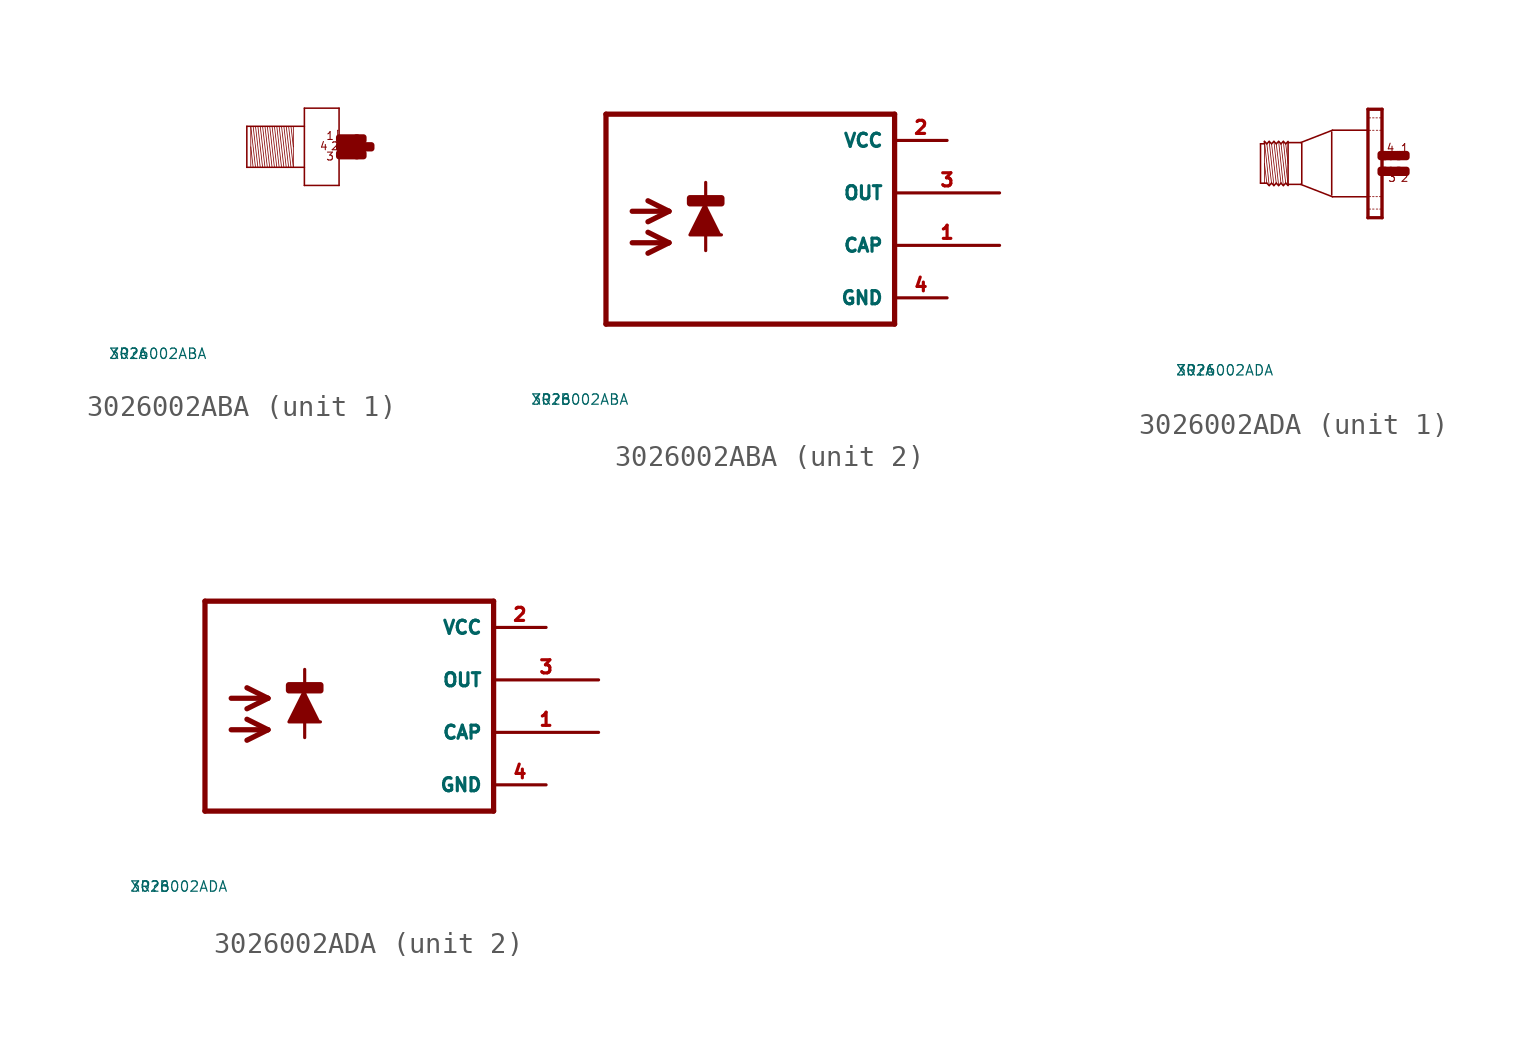
<source format=kicad_sym>
(kicad_symbol_lib
  (version 20220914)
  (generator Eagle2Kicad)
  (symbol "3026002ABA"
    (property "Reference" "XR"
      (at -10 -10 0)
      (effects (font (size 0.5 0.5) (thickness 0.06)) (justify left)))
    (property "Value" "3026002ABA"
      (at -10 -10 0)
      (effects (font (size 0.5 0.5) (thickness 0.06)) (justify left)))
    (symbol "3026002ABA_1_0"
      (polyline (pts (xy -1.067 0.953) (xy -1.067 0)) (stroke (width 0.038) (type default)) (fill (type none)))
      (polyline (pts (xy -1.067 0) (xy -1.067 -0.991)) (stroke (width 0.038) (type default)) (fill (type none)))
      (polyline (pts (xy -1.067 -0.991) (xy -1.295 0.991)) (stroke (width 0.038) (type default)) (fill (type none)))
      (polyline (pts (xy -1.181 0.991) (xy -1.067 0)) (stroke (width 0.038) (type default)) (fill (type none)))
      (polyline (pts (xy -1.181 -0.991) (xy -1.41 0.991)) (stroke (width 0.038) (type default)) (fill (type none)))
      (polyline (pts (xy -1.295 -0.991) (xy -1.524 0.991)) (stroke (width 0.038) (type default)) (fill (type none)))
      (polyline (pts (xy -1.41 -0.991) (xy -1.638 0.991)) (stroke (width 0.038) (type default)) (fill (type none)))
      (polyline (pts (xy -1.524 -0.991) (xy -1.753 0.991)) (stroke (width 0.038) (type default)) (fill (type none)))
      (polyline (pts (xy -1.638 -0.991) (xy -1.867 0.991)) (stroke (width 0.038) (type default)) (fill (type none)))
      (polyline (pts (xy -1.753 -0.991) (xy -1.981 0.991)) (stroke (width 0.038) (type default)) (fill (type none)))
      (polyline (pts (xy -1.867 -0.991) (xy -2.095 0.991)) (stroke (width 0.038) (type default)) (fill (type none)))
      (polyline (pts (xy -1.981 -0.991) (xy -2.21 0.991)) (stroke (width 0.038) (type default)) (fill (type none)))
      (polyline (pts (xy -2.095 -0.991) (xy -2.324 0.991)) (stroke (width 0.038) (type default)) (fill (type none)))
      (polyline (pts (xy -2.21 -0.991) (xy -2.438 0.991)) (stroke (width 0.038) (type default)) (fill (type none)))
      (polyline (pts (xy -2.324 -0.991) (xy -2.553 0.991)) (stroke (width 0.038) (type default)) (fill (type none)))
      (polyline (pts (xy -2.438 -0.991) (xy -2.667 0.991)) (stroke (width 0.038) (type default)) (fill (type none)))
      (polyline (pts (xy -2.553 -0.991) (xy -2.781 0.991)) (stroke (width 0.038) (type default)) (fill (type none)))
      (polyline (pts (xy -2.667 -0.991) (xy -2.896 0.991)) (stroke (width 0.038) (type default)) (fill (type none)))
      (polyline (pts (xy -2.781 -0.991) (xy -3.01 0.991)) (stroke (width 0.038) (type default)) (fill (type none)))
      (polyline (pts (xy -2.896 -0.991) (xy -3.124 0.991)) (stroke (width 0.038) (type default)) (fill (type none)))
      (polyline (pts (xy -3.124 0) (xy -3.01 -0.991)) (stroke (width 0.038) (type default)) (fill (type none)))
      (polyline (pts (xy -3.124 0.953) (xy -3.124 -0.953)) (stroke (width 0.038) (type default)) (fill (type none)))
      (polyline (pts (xy -3.315 -0.991) (xy -3.315 0.991)) (stroke (width 0.076) (type default)) (fill (type none)))
      (polyline (pts (xy -3.315 0.991) (xy -0.533 0.991)) (stroke (width 0.076) (type default)) (fill (type none)))
      (polyline (pts (xy -0.533 -0.991) (xy -3.315 -0.991)) (stroke (width 0.076) (type default)) (fill (type none)))
      (polyline (pts (xy -0.533 1.867) (xy -0.533 -1.867)) (stroke (width 0.076) (type default)) (fill (type none)))
      (polyline (pts (xy -0.533 -1.867) (xy 1.143 -1.867)) (stroke (width 0.076) (type default)) (fill (type none)))
      (polyline (pts (xy 1.143 -1.867) (xy 1.143 1.867)) (stroke (width 0.076) (type default)) (fill (type none)))
      (polyline (pts (xy 1.143 1.867) (xy -0.533 1.867)) (stroke (width 0.076) (type default)) (fill (type none)))
      (polyline (pts (xy 1.067 0.8) (xy 1.105 0.8)) (stroke (width 0.038) (type default)) (fill (type none)))
      (polyline (pts (xy 1.105 0.495) (xy 1.067 0.495)) (stroke (width 0.038) (type default)) (fill (type none)))
      (polyline (pts (xy 1.067 0.495) (xy 1.067 0.8)) (stroke (width 0.038) (type default)) (fill (type none)))
      (text "1" (at 0.495 0.305 0) (effects (font (size 0.381 0.381) (thickness 0.05)) (justify left bottom)))
      (text "2" (at 0.724 -0.191 0) (effects (font (size 0.381 0.381) (thickness 0.05)) (justify left bottom)))
      (text "3" (at 0.495 -0.686 0) (effects (font (size 0.381 0.381) (thickness 0.05)) (justify left bottom)))
      (text "4" (at 0.191 -0.191 0) (effects (font (size 0.381 0.381) (thickness 0.05)) (justify left bottom)))
      (rectangle (start 1.143 -0.076) (end 1.638 0.076) (stroke (width 0.3) (type default)) (fill (type outline)))
      (rectangle (start 1.143 0.305) (end 2.019 0.457) (stroke (width 0.3) (type default)) (fill (type outline)))
      (rectangle (start 1.143 -0.457) (end 2.019 -0.305) (stroke (width 0.3) (type default)) (fill (type outline)))
      (rectangle (start 1.981 -0.457) (end 2.324 -0.305) (stroke (width 0.3) (type default)) (fill (type outline)))
      (rectangle (start 1.6 -0.076) (end 1.943 0.076) (stroke (width 0.3) (type default)) (fill (type outline)))
      (rectangle (start 1.981 0.305) (end 2.324 0.457) (stroke (width 0.3) (type default)) (fill (type outline)))
      (rectangle (start 1.905 -0.076) (end 2.705 0.076) (stroke (width 0.3) (type default)) (fill (type outline))))
    (symbol "3026002ABA_2_0"
      (polyline (pts (xy -1.524 -0.508) (xy -2.286 -2.032) (xy -0.762 -2.032)) (stroke (width 0.152) (type default)) (fill (type outline)))
      (polyline (pts (xy -5.08 -0.889) (xy -3.302 -0.889)) (stroke (width 0.254) (type default)) (fill (type none)))
      (polyline (pts (xy -3.302 -0.889) (xy -4.318 -1.397)) (stroke (width 0.254) (type default)) (fill (type none)))
      (polyline (pts (xy -3.302 -0.889) (xy -4.318 -0.381)) (stroke (width 0.254) (type default)) (fill (type none)))
      (polyline (pts (xy -5.08 -2.413) (xy -3.302 -2.413)) (stroke (width 0.254) (type default)) (fill (type none)))
      (polyline (pts (xy -3.302 -2.413) (xy -4.318 -2.921)) (stroke (width 0.254) (type default)) (fill (type none)))
      (polyline (pts (xy -3.302 -2.413) (xy -4.318 -1.905)) (stroke (width 0.254) (type default)) (fill (type none)))
      (polyline (pts (xy -1.524 0.508) (xy -1.524 -2.794)) (stroke (width 0.152) (type default)) (fill (type none)))
      (polyline (pts (xy 7.62 3.81) (xy -6.35 3.81)) (stroke (width 0.254) (type default)) (fill (type none)))
      (polyline (pts (xy -6.35 3.81) (xy -6.35 -6.35)) (stroke (width 0.254) (type default)) (fill (type none)))
      (polyline (pts (xy -6.35 -6.35) (xy 7.62 -6.35)) (stroke (width 0.254) (type default)) (fill (type none)))
      (polyline (pts (xy 7.62 -6.35) (xy 7.62 3.81)) (stroke (width 0.254) (type default)) (fill (type none)))
      (rectangle (start -2.286 -0.508) (end -0.762 -0.254) (stroke (width 0.3) (type default)) (fill (type outline)))
      (pin unspecified line (at 10.16 2.54 180) (length 2.54) (name "VCC" (effects (font (size 0.635 0.635) (thickness 0.08)) (justify left bottom))) (number "2" (effects (font (size 0.635 0.635) (thickness 0.08)) (justify left bottom))))
      (pin unspecified line (at 10.16 -5.08 180) (length 2.54) (name "GND" (effects (font (size 0.635 0.635) (thickness 0.08)) (justify left bottom))) (number "4" (effects (font (size 0.635 0.635) (thickness 0.08)) (justify left bottom))))
      (pin output line (at 12.7 0 180) (length 5.08) (name "OUT" (effects (font (size 0.635 0.635) (thickness 0.08)) (justify left bottom))) (number "3" (effects (font (size 0.635 0.635) (thickness 0.08)) (justify left bottom))))
      (pin output line (at 12.7 -2.54 180) (length 5.08) (name "CAP" (effects (font (size 0.635 0.635) (thickness 0.08)) (justify left bottom))) (number "1" (effects (font (size 0.635 0.635) (thickness 0.08)) (justify left bottom))))))
  (symbol "3026002ADA"
    (property "Reference" "XR"
      (at -10 -10 0)
      (effects (font (size 0.5 0.5) (thickness 0.06)) (justify left)))
    (property "Value" "3026002ADA"
      (at -10 -10 0)
      (effects (font (size 0.5 0.5) (thickness 0.06)) (justify left)))
    (symbol "3026002ADA_1_0"
      (polyline (pts (xy -4.548 -1.067) (xy -4.777 1.067)) (stroke (width 0.038) (type default)) (fill (type none)))
      (polyline (pts (xy -4.662 0.953) (xy -4.548 0)) (stroke (width 0.038) (type default)) (fill (type none)))
      (polyline (pts (xy -4.662 -0.953) (xy -4.891 0.953)) (stroke (width 0.038) (type default)) (fill (type none)))
      (polyline (pts (xy -4.777 -1.067) (xy -5.005 1.067)) (stroke (width 0.038) (type default)) (fill (type none)))
      (polyline (pts (xy -4.891 -0.953) (xy -5.12 0.953)) (stroke (width 0.038) (type default)) (fill (type none)))
      (polyline (pts (xy -5.005 -1.067) (xy -5.234 1.067)) (stroke (width 0.038) (type default)) (fill (type none)))
      (polyline (pts (xy -5.12 -0.953) (xy -5.348 0.953)) (stroke (width 0.038) (type default)) (fill (type none)))
      (polyline (pts (xy -5.234 -1.067) (xy -5.462 1.067)) (stroke (width 0.038) (type default)) (fill (type none)))
      (polyline (pts (xy -5.348 -0.953) (xy -5.577 0.953)) (stroke (width 0.038) (type default)) (fill (type none)))
      (polyline (pts (xy -5.462 -1.067) (xy -5.691 1.067)) (stroke (width 0.038) (type default)) (fill (type none)))
      (polyline (pts (xy -5.691 0) (xy -5.577 -0.953)) (stroke (width 0.038) (type default)) (fill (type none)))
      (polyline (pts (xy -5.691 1.029) (xy -5.691 0.953)) (stroke (width 0.038) (type default)) (fill (type none)))
      (polyline (pts (xy -5.691 0.953) (xy -5.691 -0.953)) (stroke (width 0.038) (type default)) (fill (type none)))
      (polyline (pts (xy -5.881 -0.953) (xy -5.881 0.953)) (stroke (width 0.076) (type default)) (fill (type none)))
      (polyline (pts (xy -5.881 0.953) (xy -5.691 0.953)) (stroke (width 0.076) (type default)) (fill (type none)))
      (polyline (pts (xy -5.691 0.953) (xy -5.691 1.067)) (stroke (width 0.076) (type default)) (fill (type none)))
      (polyline (pts (xy -5.691 1.067) (xy -5.577 0.953)) (stroke (width 0.076) (type default)) (fill (type none)))
      (polyline (pts (xy -5.577 0.953) (xy -5.462 1.067)) (stroke (width 0.076) (type default)) (fill (type none)))
      (polyline (pts (xy -5.462 1.067) (xy -5.348 0.953)) (stroke (width 0.076) (type default)) (fill (type none)))
      (polyline (pts (xy -5.348 0.953) (xy -5.234 1.067)) (stroke (width 0.076) (type default)) (fill (type none)))
      (polyline (pts (xy -5.234 1.067) (xy -5.12 0.953)) (stroke (width 0.076) (type default)) (fill (type none)))
      (polyline (pts (xy -5.12 0.953) (xy -5.005 1.067)) (stroke (width 0.076) (type default)) (fill (type none)))
      (polyline (pts (xy -4.777 1.067) (xy -4.662 0.953)) (stroke (width 0.076) (type default)) (fill (type none)))
      (polyline (pts (xy -4.662 0.953) (xy -4.548 1.067)) (stroke (width 0.076) (type default)) (fill (type none)))
      (polyline (pts (xy -4.548 -1.067) (xy -4.662 -0.953)) (stroke (width 0.076) (type default)) (fill (type none)))
      (polyline (pts (xy -4.662 -0.953) (xy -4.777 -1.067)) (stroke (width 0.076) (type default)) (fill (type none)))
      (polyline (pts (xy -4.777 -1.067) (xy -4.891 -0.953)) (stroke (width 0.076) (type default)) (fill (type none)))
      (polyline (pts (xy -4.891 -0.953) (xy -5.005 -1.067)) (stroke (width 0.076) (type default)) (fill (type none)))
      (polyline (pts (xy -5.005 -1.067) (xy -5.12 -0.953)) (stroke (width 0.076) (type default)) (fill (type none)))
      (polyline (pts (xy -5.12 -0.953) (xy -5.234 -1.067)) (stroke (width 0.076) (type default)) (fill (type none)))
      (polyline (pts (xy -5.234 -1.067) (xy -5.348 -0.953)) (stroke (width 0.076) (type default)) (fill (type none)))
      (polyline (pts (xy -5.348 -0.953) (xy -5.462 -1.067)) (stroke (width 0.076) (type default)) (fill (type none)))
      (polyline (pts (xy -5.462 -1.067) (xy -5.577 -0.953)) (stroke (width 0.076) (type default)) (fill (type none)))
      (polyline (pts (xy -5.577 -0.953) (xy -5.691 -0.953)) (stroke (width 0.076) (type default)) (fill (type none)))
      (polyline (pts (xy -5.691 -0.953) (xy -5.881 -0.953)) (stroke (width 0.076) (type default)) (fill (type none)))
      (polyline (pts (xy -4.548 1.029) (xy -4.548 1.01)) (stroke (width 0.076) (type default)) (fill (type none)))
      (polyline (pts (xy -4.548 1.01) (xy -4.548 -1.01)) (stroke (width 0.076) (type default)) (fill (type none)))
      (polyline (pts (xy -4.548 -1.01) (xy -4.548 -1.029)) (stroke (width 0.076) (type default)) (fill (type none)))
      (polyline (pts (xy -0.038 2.594) (xy -0.038 -2.594)) (stroke (width 0.076) (type default)) (fill (type none)))
      (polyline (pts (xy -0.038 -2.594) (xy -0.655 -2.594)) (stroke (width 0.076) (type default)) (fill (type none)))
      (polyline (pts (xy -0.655 -2.594) (xy -0.655 2.594)) (stroke (width 0.076) (type default)) (fill (type none)))
      (polyline (pts (xy -0.655 2.594) (xy -0.038 2.594)) (stroke (width 0.076) (type default)) (fill (type none)))
      (polyline (pts (xy -0.699 1.61) (xy -2.4 1.61)) (stroke (width 0.076) (type default)) (fill (type none)))
      (polyline (pts (xy -2.4 1.61) (xy -3.938 1.012)) (stroke (width 0.076) (type default)) (fill (type none)))
      (polyline (pts (xy -0.669 -1.61) (xy -2.4 -1.61)) (stroke (width 0.076) (type default)) (fill (type none)))
      (polyline (pts (xy -2.4 -1.61) (xy -3.938 -1.012)) (stroke (width 0.076) (type default)) (fill (type none)))
      (polyline (pts (xy -3.938 -1.01) (xy -4.548 -1.01)) (stroke (width 0.076) (type default)) (fill (type none)))
      (polyline (pts (xy -4.548 1.01) (xy -3.938 1.01)) (stroke (width 0.076) (type default)) (fill (type none)))
      (polyline (pts (xy -4.777 1.067) (xy -4.891 0.953)) (stroke (width 0.076) (type default)) (fill (type none)))
      (polyline (pts (xy -4.891 0.953) (xy -5.005 1.067)) (stroke (width 0.076) (type default)) (fill (type none)))
      (polyline (pts (xy 0 -2.625) (xy -0.69 -2.625)) (stroke (width 0) (type default)) (fill (type none)))
      (polyline (pts (xy 0 -2.625) (xy 0 2.625)) (stroke (width 0) (type default)) (fill (type none)))
      (polyline (pts (xy 0 2.625) (xy -0.69 2.625)) (stroke (width 0) (type default)) (fill (type none)))
      (polyline (pts (xy -0.69 2.625) (xy -0.69 -2.625)) (stroke (width 0) (type default)) (fill (type none)))
      (polyline (pts (xy -0.039 -1.605) (xy -0.135 -1.605)) (stroke (width 0.038) (type default)) (fill (type none)))
      (polyline (pts (xy -0.225 -1.605) (xy -0.3 -1.605)) (stroke (width 0.038) (type default)) (fill (type none)))
      (polyline (pts (xy -0.39 -1.605) (xy -0.465 -1.605)) (stroke (width 0.038) (type default)) (fill (type none)))
      (polyline (pts (xy -0.555 -1.605) (xy -0.633 -1.605)) (stroke (width 0.038) (type default)) (fill (type none)))
      (polyline (pts (xy -0.039 -2.205) (xy -0.12 -2.205)) (stroke (width 0.038) (type default)) (fill (type none)))
      (polyline (pts (xy -0.21 -2.205) (xy -0.285 -2.205)) (stroke (width 0.038) (type default)) (fill (type none)))
      (polyline (pts (xy -0.39 -2.205) (xy -0.465 -2.205)) (stroke (width 0.038) (type default)) (fill (type none)))
      (polyline (pts (xy -0.555 -2.205) (xy -0.633 -2.205)) (stroke (width 0.038) (type default)) (fill (type none)))
      (polyline (pts (xy -0.039 2.205) (xy -0.135 2.205)) (stroke (width 0.038) (type default)) (fill (type none)))
      (polyline (pts (xy -0.225 2.205) (xy -0.3 2.205)) (stroke (width 0.038) (type default)) (fill (type none)))
      (polyline (pts (xy -0.39 2.205) (xy -0.465 2.205)) (stroke (width 0.038) (type default)) (fill (type none)))
      (polyline (pts (xy -0.555 2.205) (xy -0.633 2.205)) (stroke (width 0.038) (type default)) (fill (type none)))
      (polyline (pts (xy -0.039 1.605) (xy -0.12 1.605)) (stroke (width 0.038) (type default)) (fill (type none)))
      (polyline (pts (xy -0.21 1.605) (xy -0.285 1.605)) (stroke (width 0.038) (type default)) (fill (type none)))
      (polyline (pts (xy -0.39 1.605) (xy -0.465 1.605)) (stroke (width 0.038) (type default)) (fill (type none)))
      (polyline (pts (xy -0.555 1.605) (xy -0.633 1.605)) (stroke (width 0.038) (type default)) (fill (type none)))
      (polyline (pts (xy -3.886 0.991) (xy -3.886 -0.991)) (stroke (width 0.076) (type default)) (fill (type none)))
      (polyline (pts (xy -2.438 1.524) (xy -2.438 -1.524)) (stroke (width 0.076) (type default)) (fill (type none)))
      (text "1" (at 0.876 0.533 0) (effects (font (size 0.381 0.381) (thickness 0.05)) (justify left bottom)))
      (text "3" (at 0.267 -0.914 0) (effects (font (size 0.381 0.381) (thickness 0.05)) (justify left bottom)))
      (text "2" (at 0.876 -0.914 0) (effects (font (size 0.381 0.381) (thickness 0.05)) (justify left bottom)))
      (text "4" (at 0.191 0.533 0) (effects (font (size 0.381 0.381) (thickness 0.05)) (justify left bottom)))
      (rectangle (start 0.838 -0.457) (end 1.181 -0.305) (stroke (width 0.3) (type default)) (fill (type outline)))
      (rectangle (start 0.419 -0.457) (end 0.762 -0.305) (stroke (width 0.3) (type default)) (fill (type outline)))
      (rectangle (start 0.076 -0.457) (end 0.419 -0.305) (stroke (width 0.3) (type default)) (fill (type outline)))
      (rectangle (start -0.076 -0.457) (end 0.152 -0.305) (stroke (width 0.3) (type default)) (fill (type outline)))
      (rectangle (start 0.762 -0.457) (end 0.838 -0.305) (stroke (width 0.3) (type default)) (fill (type outline)))
      (rectangle (start 0.838 0.305) (end 1.181 0.457) (stroke (width 0.3) (type default)) (fill (type outline)))
      (rectangle (start 0.762 0.305) (end 0.838 0.457) (stroke (width 0.3) (type default)) (fill (type outline)))
      (rectangle (start 0.419 0.305) (end 0.762 0.457) (stroke (width 0.3) (type default)) (fill (type outline)))
      (rectangle (start 0.076 0.305) (end 0.419 0.457) (stroke (width 0.3) (type default)) (fill (type outline)))
      (rectangle (start -0.076 0.305) (end 0.152 0.457) (stroke (width 0.3) (type default)) (fill (type outline))))
    (symbol "3026002ADA_2_0"
      (polyline (pts (xy -1.524 -0.508) (xy -2.286 -2.032) (xy -0.762 -2.032)) (stroke (width 0.152) (type default)) (fill (type outline)))
      (polyline (pts (xy -5.08 -0.889) (xy -3.302 -0.889)) (stroke (width 0.254) (type default)) (fill (type none)))
      (polyline (pts (xy -3.302 -0.889) (xy -4.318 -1.397)) (stroke (width 0.254) (type default)) (fill (type none)))
      (polyline (pts (xy -3.302 -0.889) (xy -4.318 -0.381)) (stroke (width 0.254) (type default)) (fill (type none)))
      (polyline (pts (xy -5.08 -2.413) (xy -3.302 -2.413)) (stroke (width 0.254) (type default)) (fill (type none)))
      (polyline (pts (xy -3.302 -2.413) (xy -4.318 -2.921)) (stroke (width 0.254) (type default)) (fill (type none)))
      (polyline (pts (xy -3.302 -2.413) (xy -4.318 -1.905)) (stroke (width 0.254) (type default)) (fill (type none)))
      (polyline (pts (xy -1.524 0.508) (xy -1.524 -2.794)) (stroke (width 0.152) (type default)) (fill (type none)))
      (polyline (pts (xy 7.62 3.81) (xy -6.35 3.81)) (stroke (width 0.254) (type default)) (fill (type none)))
      (polyline (pts (xy -6.35 3.81) (xy -6.35 -6.35)) (stroke (width 0.254) (type default)) (fill (type none)))
      (polyline (pts (xy -6.35 -6.35) (xy 7.62 -6.35)) (stroke (width 0.254) (type default)) (fill (type none)))
      (polyline (pts (xy 7.62 -6.35) (xy 7.62 3.81)) (stroke (width 0.254) (type default)) (fill (type none)))
      (rectangle (start -2.286 -0.508) (end -0.762 -0.254) (stroke (width 0.3) (type default)) (fill (type outline)))
      (pin unspecified line (at 10.16 2.54 180) (length 2.54) (name "VCC" (effects (font (size 0.635 0.635) (thickness 0.08)) (justify left bottom))) (number "2" (effects (font (size 0.635 0.635) (thickness 0.08)) (justify left bottom))))
      (pin unspecified line (at 10.16 -5.08 180) (length 2.54) (name "GND" (effects (font (size 0.635 0.635) (thickness 0.08)) (justify left bottom))) (number "4" (effects (font (size 0.635 0.635) (thickness 0.08)) (justify left bottom))))
      (pin output line (at 12.7 0 180) (length 5.08) (name "OUT" (effects (font (size 0.635 0.635) (thickness 0.08)) (justify left bottom))) (number "3" (effects (font (size 0.635 0.635) (thickness 0.08)) (justify left bottom))))
      (pin output line (at 12.7 -2.54 180) (length 5.08) (name "CAP" (effects (font (size 0.635 0.635) (thickness 0.08)) (justify left bottom))) (number "1" (effects (font (size 0.635 0.635) (thickness 0.08)) (justify left bottom)))))))
</source>
